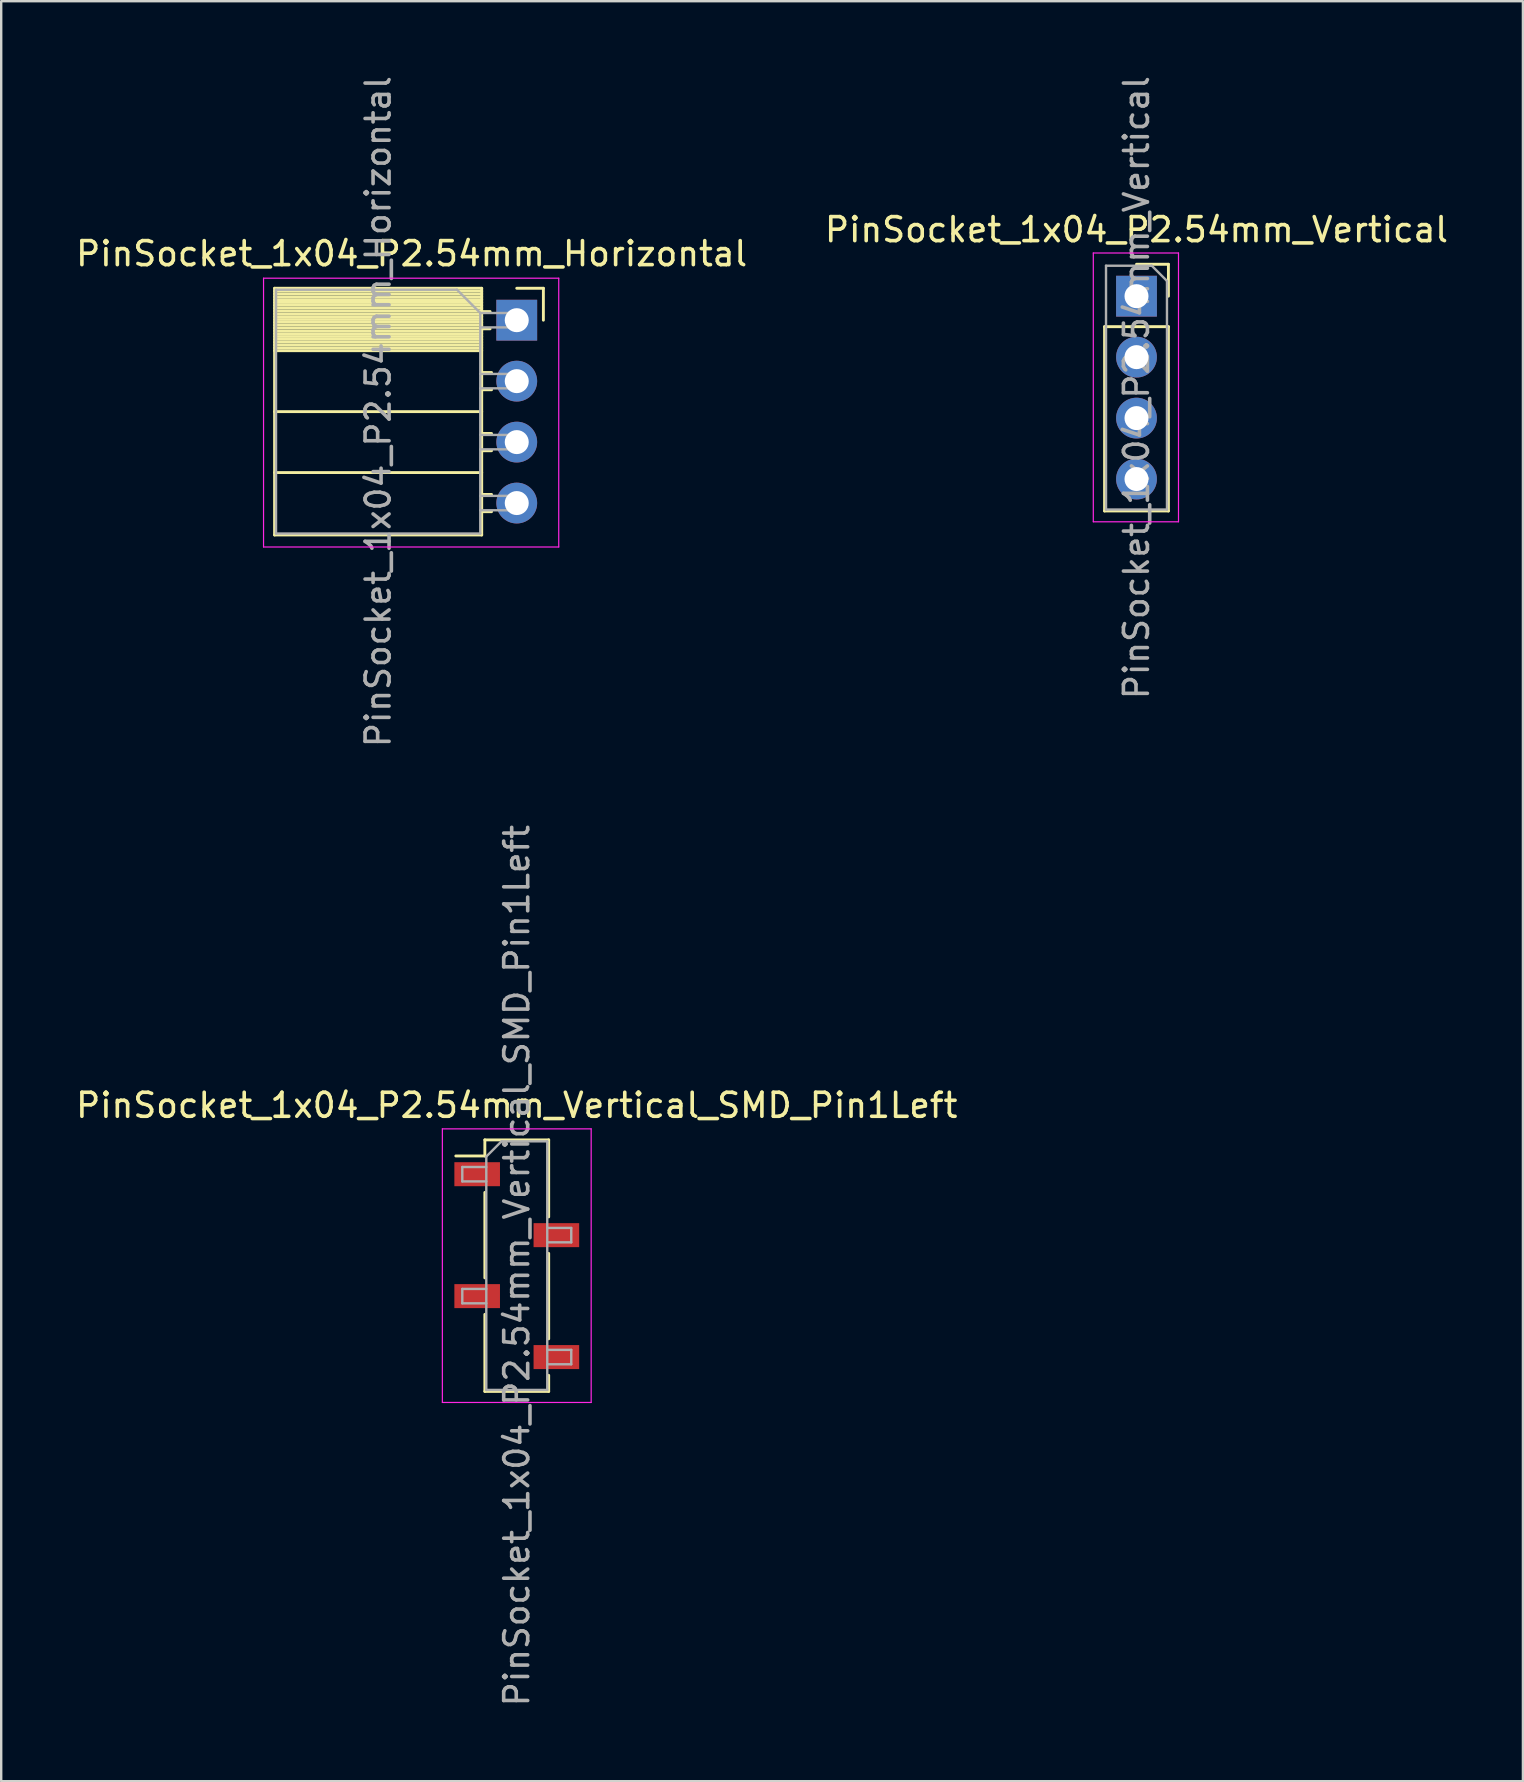
<source format=kicad_pcb>
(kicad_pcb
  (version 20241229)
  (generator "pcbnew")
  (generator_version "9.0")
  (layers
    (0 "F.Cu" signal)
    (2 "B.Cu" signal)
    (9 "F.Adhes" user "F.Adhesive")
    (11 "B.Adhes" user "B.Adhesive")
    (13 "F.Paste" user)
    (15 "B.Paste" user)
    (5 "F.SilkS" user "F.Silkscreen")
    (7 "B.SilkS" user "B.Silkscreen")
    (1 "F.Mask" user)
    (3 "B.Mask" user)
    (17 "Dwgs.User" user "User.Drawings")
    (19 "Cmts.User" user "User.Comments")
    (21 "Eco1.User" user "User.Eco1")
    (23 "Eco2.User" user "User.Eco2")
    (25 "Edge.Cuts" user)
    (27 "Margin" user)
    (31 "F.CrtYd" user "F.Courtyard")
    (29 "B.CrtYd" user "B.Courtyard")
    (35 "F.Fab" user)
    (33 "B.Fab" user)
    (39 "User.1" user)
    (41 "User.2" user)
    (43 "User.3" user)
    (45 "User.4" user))
  (footprint "PinSocket_1x04_P2.54mm_Vertical_SMD_Pin1Left"
    (layer "F.Cu")
    (at 18.482 49.685)
    (property "Reference" "PinSocket_1x04_P2.54mm_Vertical_SMD_Pin1Left" (at 0 -6.68 0) (layer "F.SilkS") (effects (font (size 1 1) (thickness 0.15))))
    (attr smd)
    (fp_line (start -2.54 -4.57) (end -1.33 -4.57) (stroke (width 0.12) (type solid)) (layer "F.SilkS"))
    (fp_line (start -1.33 -5.24) (end -1.33 -4.57) (stroke (width 0.12) (type solid)) (layer "F.SilkS"))
    (fp_line (start -1.33 -5.24) (end 1.33 -5.24) (stroke (width 0.12) (type solid)) (layer "F.SilkS"))
    (fp_line (start -1.33 -3.05) (end -1.33 0.51) (stroke (width 0.12) (type solid)) (layer "F.SilkS"))
    (fp_line (start -1.33 2.03) (end -1.33 5.24) (stroke (width 0.12) (type solid)) (layer "F.SilkS"))
    (fp_line (start -1.33 5.24) (end 1.33 5.24) (stroke (width 0.12) (type solid)) (layer "F.SilkS"))
    (fp_line (start 1.33 -5.24) (end 1.33 -2.03) (stroke (width 0.12) (type solid)) (layer "F.SilkS"))
    (fp_line (start 1.33 -0.51) (end 1.33 3.05) (stroke (width 0.12) (type solid)) (layer "F.SilkS"))
    (fp_line (start 1.33 4.57) (end 1.33 5.24) (stroke (width 0.12) (type solid)) (layer "F.SilkS"))
    (fp_line (start -3.1 -5.7) (end 3.1 -5.7) (stroke (width 0.05) (type solid)) (layer "F.CrtYd"))
    (fp_line (start -3.1 5.7) (end -3.1 -5.7) (stroke (width 0.05) (type solid)) (layer "F.CrtYd"))
    (fp_line (start 3.1 -5.7) (end 3.1 5.7) (stroke (width 0.05) (type solid)) (layer "F.CrtYd"))
    (fp_line (start 3.1 5.7) (end -3.1 5.7) (stroke (width 0.05) (type solid)) (layer "F.CrtYd"))
    (fp_line (start -2.27 -4.11) (end -1.27 -4.11) (stroke (width 0.1) (type solid)) (layer "F.Fab"))
    (fp_line (start -2.27 -3.51) (end -2.27 -4.11) (stroke (width 0.1) (type solid)) (layer "F.Fab"))
    (fp_line (start -2.27 0.97) (end -1.27 0.97) (stroke (width 0.1) (type solid)) (layer "F.Fab"))
    (fp_line (start -2.27 1.57) (end -2.27 0.97) (stroke (width 0.1) (type solid)) (layer "F.Fab"))
    (fp_line (start -1.27 -4.545) (end -0.635 -5.18) (stroke (width 0.1) (type solid)) (layer "F.Fab"))
    (fp_line (start -1.27 -3.51) (end -2.27 -3.51) (stroke (width 0.1) (type solid)) (layer "F.Fab"))
    (fp_line (start -1.27 1.57) (end -2.27 1.57) (stroke (width 0.1) (type solid)) (layer "F.Fab"))
    (fp_line (start -1.27 5.18) (end -1.27 -4.545) (stroke (width 0.1) (type solid)) (layer "F.Fab"))
    (fp_line (start -0.635 -5.18) (end 1.27 -5.18) (stroke (width 0.1) (type solid)) (layer "F.Fab"))
    (fp_line (start 1.27 -5.18) (end 1.27 5.18) (stroke (width 0.1) (type solid)) (layer "F.Fab"))
    (fp_line (start 1.27 -1.57) (end 2.27 -1.57) (stroke (width 0.1) (type solid)) (layer "F.Fab"))
    (fp_line (start 1.27 3.51) (end 2.27 3.51) (stroke (width 0.1) (type solid)) (layer "F.Fab"))
    (fp_line (start 1.27 5.18) (end -1.27 5.18) (stroke (width 0.1) (type solid)) (layer "F.Fab"))
    (fp_line (start 2.27 -1.57) (end 2.27 -0.97) (stroke (width 0.1) (type solid)) (layer "F.Fab"))
    (fp_line (start 2.27 -0.97) (end 1.27 -0.97) (stroke (width 0.1) (type solid)) (layer "F.Fab"))
    (fp_line (start 2.27 3.51) (end 2.27 4.11) (stroke (width 0.1) (type solid)) (layer "F.Fab"))
    (fp_line (start 2.27 4.11) (end 1.27 4.11) (stroke (width 0.1) (type solid)) (layer "F.Fab"))
    (fp_text user "${REFERENCE}" (at 0 0 90) (layer "F.Fab") (effects (font (size 1 1) (thickness 0.15))))
    (pad "1" smd rect (at -1.65 -3.81) (size 1.9 1) (layers "F.Cu" "F.Mask" "F.Paste"))
    (pad "2" smd rect (at 1.65 -1.27) (size 1.9 1) (layers "F.Cu" "F.Mask" "F.Paste"))
    (pad "3" smd rect (at -1.65 1.27) (size 1.9 1) (layers "F.Cu" "F.Mask" "F.Paste"))
    (pad "4" smd rect (at 1.65 3.81) (size 1.9 1) (layers "F.Cu" "F.Mask" "F.Paste")))
  (footprint "PinSocket_1x04_P2.54mm_Horizontal"
    (layer "F.Cu")
    (at 18.481 10.291)
    (property "Reference" "PinSocket_1x04_P2.54mm_Horizontal" (at -4.38 -2.77 0) (layer "F.SilkS") (effects (font (size 1 1) (thickness 0.15))))
    (attr through_hole)
    (fp_line (start -10.09 -1.33) (end -10.09 8.95) (stroke (width 0.12) (type solid)) (layer "F.SilkS"))
    (fp_line (start -10.09 -1.33) (end -1.46 -1.33) (stroke (width 0.12) (type solid)) (layer "F.SilkS"))
    (fp_line (start -10.09 -1.21) (end -1.46 -1.21) (stroke (width 0.12) (type solid)) (layer "F.SilkS"))
    (fp_line (start -10.09 -1.092) (end -1.46 -1.092) (stroke (width 0.12) (type solid)) (layer "F.SilkS"))
    (fp_line (start -10.09 -0.974) (end -1.46 -0.974) (stroke (width 0.12) (type solid)) (layer "F.SilkS"))
    (fp_line (start -10.09 -0.856) (end -1.46 -0.856) (stroke (width 0.12) (type solid)) (layer "F.SilkS"))
    (fp_line (start -10.09 -0.738) (end -1.46 -0.738) (stroke (width 0.12) (type solid)) (layer "F.SilkS"))
    (fp_line (start -10.09 -0.62) (end -1.46 -0.62) (stroke (width 0.12) (type solid)) (layer "F.SilkS"))
    (fp_line (start -10.09 -0.501) (end -1.46 -0.501) (stroke (width 0.12) (type solid)) (layer "F.SilkS"))
    (fp_line (start -10.09 -0.383) (end -1.46 -0.383) (stroke (width 0.12) (type solid)) (layer "F.SilkS"))
    (fp_line (start -10.09 -0.265) (end -1.46 -0.265) (stroke (width 0.12) (type solid)) (layer "F.SilkS"))
    (fp_line (start -10.09 -0.147) (end -1.46 -0.147) (stroke (width 0.12) (type solid)) (layer "F.SilkS"))
    (fp_line (start -10.09 -0.029) (end -1.46 -0.029) (stroke (width 0.12) (type solid)) (layer "F.SilkS"))
    (fp_line (start -10.09 0.089) (end -1.46 0.089) (stroke (width 0.12) (type solid)) (layer "F.SilkS"))
    (fp_line (start -10.09 0.207) (end -1.46 0.207) (stroke (width 0.12) (type solid)) (layer "F.SilkS"))
    (fp_line (start -10.09 0.325) (end -1.46 0.325) (stroke (width 0.12) (type solid)) (layer "F.SilkS"))
    (fp_line (start -10.09 0.443) (end -1.46 0.443) (stroke (width 0.12) (type solid)) (layer "F.SilkS"))
    (fp_line (start -10.09 0.561) (end -1.46 0.561) (stroke (width 0.12) (type solid)) (layer "F.SilkS"))
    (fp_line (start -10.09 0.68) (end -1.46 0.68) (stroke (width 0.12) (type solid)) (layer "F.SilkS"))
    (fp_line (start -10.09 0.798) (end -1.46 0.798) (stroke (width 0.12) (type solid)) (layer "F.SilkS"))
    (fp_line (start -10.09 0.916) (end -1.46 0.916) (stroke (width 0.12) (type solid)) (layer "F.SilkS"))
    (fp_line (start -10.09 1.034) (end -1.46 1.034) (stroke (width 0.12) (type solid)) (layer "F.SilkS"))
    (fp_line (start -10.09 1.152) (end -1.46 1.152) (stroke (width 0.12) (type solid)) (layer "F.SilkS"))
    (fp_line (start -10.09 1.27) (end -1.46 1.27) (stroke (width 0.12) (type solid)) (layer "F.SilkS"))
    (fp_line (start -10.09 3.81) (end -1.46 3.81) (stroke (width 0.12) (type solid)) (layer "F.SilkS"))
    (fp_line (start -10.09 6.35) (end -1.46 6.35) (stroke (width 0.12) (type solid)) (layer "F.SilkS"))
    (fp_line (start -10.09 8.95) (end -1.46 8.95) (stroke (width 0.12) (type solid)) (layer "F.SilkS"))
    (fp_line (start -1.46 -1.33) (end -1.46 8.95) (stroke (width 0.12) (type solid)) (layer "F.SilkS"))
    (fp_line (start -1.46 -0.36) (end -1.11 -0.36) (stroke (width 0.12) (type solid)) (layer "F.SilkS"))
    (fp_line (start -1.46 0.36) (end -1.11 0.36) (stroke (width 0.12) (type solid)) (layer "F.SilkS"))
    (fp_line (start -1.46 2.18) (end -1.05 2.18) (stroke (width 0.12) (type solid)) (layer "F.SilkS"))
    (fp_line (start -1.46 2.9) (end -1.05 2.9) (stroke (width 0.12) (type solid)) (layer "F.SilkS"))
    (fp_line (start -1.46 4.72) (end -1.05 4.72) (stroke (width 0.12) (type solid)) (layer "F.SilkS"))
    (fp_line (start -1.46 5.44) (end -1.05 5.44) (stroke (width 0.12) (type solid)) (layer "F.SilkS"))
    (fp_line (start -1.46 7.26) (end -1.05 7.26) (stroke (width 0.12) (type solid)) (layer "F.SilkS"))
    (fp_line (start -1.46 7.98) (end -1.05 7.98) (stroke (width 0.12) (type solid)) (layer "F.SilkS"))
    (fp_line (start 0 -1.33) (end 1.11 -1.33) (stroke (width 0.12) (type solid)) (layer "F.SilkS"))
    (fp_line (start 1.11 -1.33) (end 1.11 0) (stroke (width 0.12) (type solid)) (layer "F.SilkS"))
    (fp_line (start -10.55 -1.75) (end -10.55 9.45) (stroke (width 0.05) (type solid)) (layer "F.CrtYd"))
    (fp_line (start -10.55 9.45) (end 1.75 9.45) (stroke (width 0.05) (type solid)) (layer "F.CrtYd"))
    (fp_line (start 1.75 -1.75) (end -10.55 -1.75) (stroke (width 0.05) (type solid)) (layer "F.CrtYd"))
    (fp_line (start 1.75 9.45) (end 1.75 -1.75) (stroke (width 0.05) (type solid)) (layer "F.CrtYd"))
    (fp_line (start -10.03 -1.27) (end -2.49 -1.27) (stroke (width 0.1) (type solid)) (layer "F.Fab"))
    (fp_line (start -10.03 8.89) (end -10.03 -1.27) (stroke (width 0.1) (type solid)) (layer "F.Fab"))
    (fp_line (start -2.49 -1.27) (end -1.52 -0.3) (stroke (width 0.1) (type solid)) (layer "F.Fab"))
    (fp_line (start -1.52 -0.3) (end -1.52 8.89) (stroke (width 0.1) (type solid)) (layer "F.Fab"))
    (fp_line (start -1.52 0.3) (end 0 0.3) (stroke (width 0.1) (type solid)) (layer "F.Fab"))
    (fp_line (start -1.52 2.84) (end 0 2.84) (stroke (width 0.1) (type solid)) (layer "F.Fab"))
    (fp_line (start -1.52 5.38) (end 0 5.38) (stroke (width 0.1) (type solid)) (layer "F.Fab"))
    (fp_line (start -1.52 7.92) (end 0 7.92) (stroke (width 0.1) (type solid)) (layer "F.Fab"))
    (fp_line (start -1.52 8.89) (end -10.03 8.89) (stroke (width 0.1) (type solid)) (layer "F.Fab"))
    (fp_line (start 0 -0.3) (end -1.52 -0.3) (stroke (width 0.1) (type solid)) (layer "F.Fab"))
    (fp_line (start 0 0.3) (end 0 -0.3) (stroke (width 0.1) (type solid)) (layer "F.Fab"))
    (fp_line (start 0 2.24) (end -1.52 2.24) (stroke (width 0.1) (type solid)) (layer "F.Fab"))
    (fp_line (start 0 2.84) (end 0 2.24) (stroke (width 0.1) (type solid)) (layer "F.Fab"))
    (fp_line (start 0 4.78) (end -1.52 4.78) (stroke (width 0.1) (type solid)) (layer "F.Fab"))
    (fp_line (start 0 5.38) (end 0 4.78) (stroke (width 0.1) (type solid)) (layer "F.Fab"))
    (fp_line (start 0 7.32) (end -1.52 7.32) (stroke (width 0.1) (type solid)) (layer "F.Fab"))
    (fp_line (start 0 7.92) (end 0 7.32) (stroke (width 0.1) (type solid)) (layer "F.Fab"))
    (fp_text user "${REFERENCE}" (at -5.775 3.81 90) (layer "F.Fab") (effects (font (size 1 1) (thickness 0.15))))
    (pad "1" thru_hole rect (at 0 0) (size 1.7 1.7) (drill 1) (layers "*.Cu" "*.Mask"))
    (pad "2" thru_hole oval (at 0 2.54) (size 1.7 1.7) (drill 1) (layers "*.Cu" "*.Mask"))
    (pad "3" thru_hole oval (at 0 5.08) (size 1.7 1.7) (drill 1) (layers "*.Cu" "*.Mask"))
    (pad "4" thru_hole oval (at 0 7.62) (size 1.7 1.7) (drill 1) (layers "*.Cu" "*.Mask")))
  (footprint "PinSocket_1x04_P2.54mm_Vertical"
    (layer "F.Cu")
    (at 44.304 9.291)
    (property "Reference" "PinSocket_1x04_P2.54mm_Vertical" (at 0 -2.77 0) (layer "F.SilkS") (effects (font (size 1 1) (thickness 0.15))))
    (attr through_hole)
    (fp_line (start -1.33 1.27) (end -1.33 8.95) (stroke (width 0.12) (type solid)) (layer "F.SilkS"))
    (fp_line (start -1.33 1.27) (end 1.33 1.27) (stroke (width 0.12) (type solid)) (layer "F.SilkS"))
    (fp_line (start -1.33 8.95) (end 1.33 8.95) (stroke (width 0.12) (type solid)) (layer "F.SilkS"))
    (fp_line (start 0 -1.33) (end 1.33 -1.33) (stroke (width 0.12) (type solid)) (layer "F.SilkS"))
    (fp_line (start 1.33 -1.33) (end 1.33 0) (stroke (width 0.12) (type solid)) (layer "F.SilkS"))
    (fp_line (start 1.33 1.27) (end 1.33 8.95) (stroke (width 0.12) (type solid)) (layer "F.SilkS"))
    (fp_line (start -1.8 -1.8) (end 1.75 -1.8) (stroke (width 0.05) (type solid)) (layer "F.CrtYd"))
    (fp_line (start -1.8 9.4) (end -1.8 -1.8) (stroke (width 0.05) (type solid)) (layer "F.CrtYd"))
    (fp_line (start 1.75 -1.8) (end 1.75 9.4) (stroke (width 0.05) (type solid)) (layer "F.CrtYd"))
    (fp_line (start 1.75 9.4) (end -1.8 9.4) (stroke (width 0.05) (type solid)) (layer "F.CrtYd"))
    (fp_line (start -1.27 -1.27) (end 0.635 -1.27) (stroke (width 0.1) (type solid)) (layer "F.Fab"))
    (fp_line (start -1.27 8.89) (end -1.27 -1.27) (stroke (width 0.1) (type solid)) (layer "F.Fab"))
    (fp_line (start 0.635 -1.27) (end 1.27 -0.635) (stroke (width 0.1) (type solid)) (layer "F.Fab"))
    (fp_line (start 1.27 -0.635) (end 1.27 8.89) (stroke (width 0.1) (type solid)) (layer "F.Fab"))
    (fp_line (start 1.27 8.89) (end -1.27 8.89) (stroke (width 0.1) (type solid)) (layer "F.Fab"))
    (fp_text user "${REFERENCE}" (at 0 3.81 90) (layer "F.Fab") (effects (font (size 1 1) (thickness 0.15))))
    (pad "1" thru_hole rect (at 0 0) (size 1.7 1.7) (drill 1) (layers "*.Cu" "*.Mask"))
    (pad "2" thru_hole oval (at 0 2.54) (size 1.7 1.7) (drill 1) (layers "*.Cu" "*.Mask"))
    (pad "3" thru_hole oval (at 0 5.08) (size 1.7 1.7) (drill 1) (layers "*.Cu" "*.Mask"))
    (pad "4" thru_hole oval (at 0 7.62) (size 1.7 1.7) (drill 1) (layers "*.Cu" "*.Mask")))
  (gr_rect
    (start -3 -3)
    (end 60.405 71.167)
    (stroke (width 0.1) (type default))
    (fill no)
    (layer "Edge.Cuts")))
</source>
